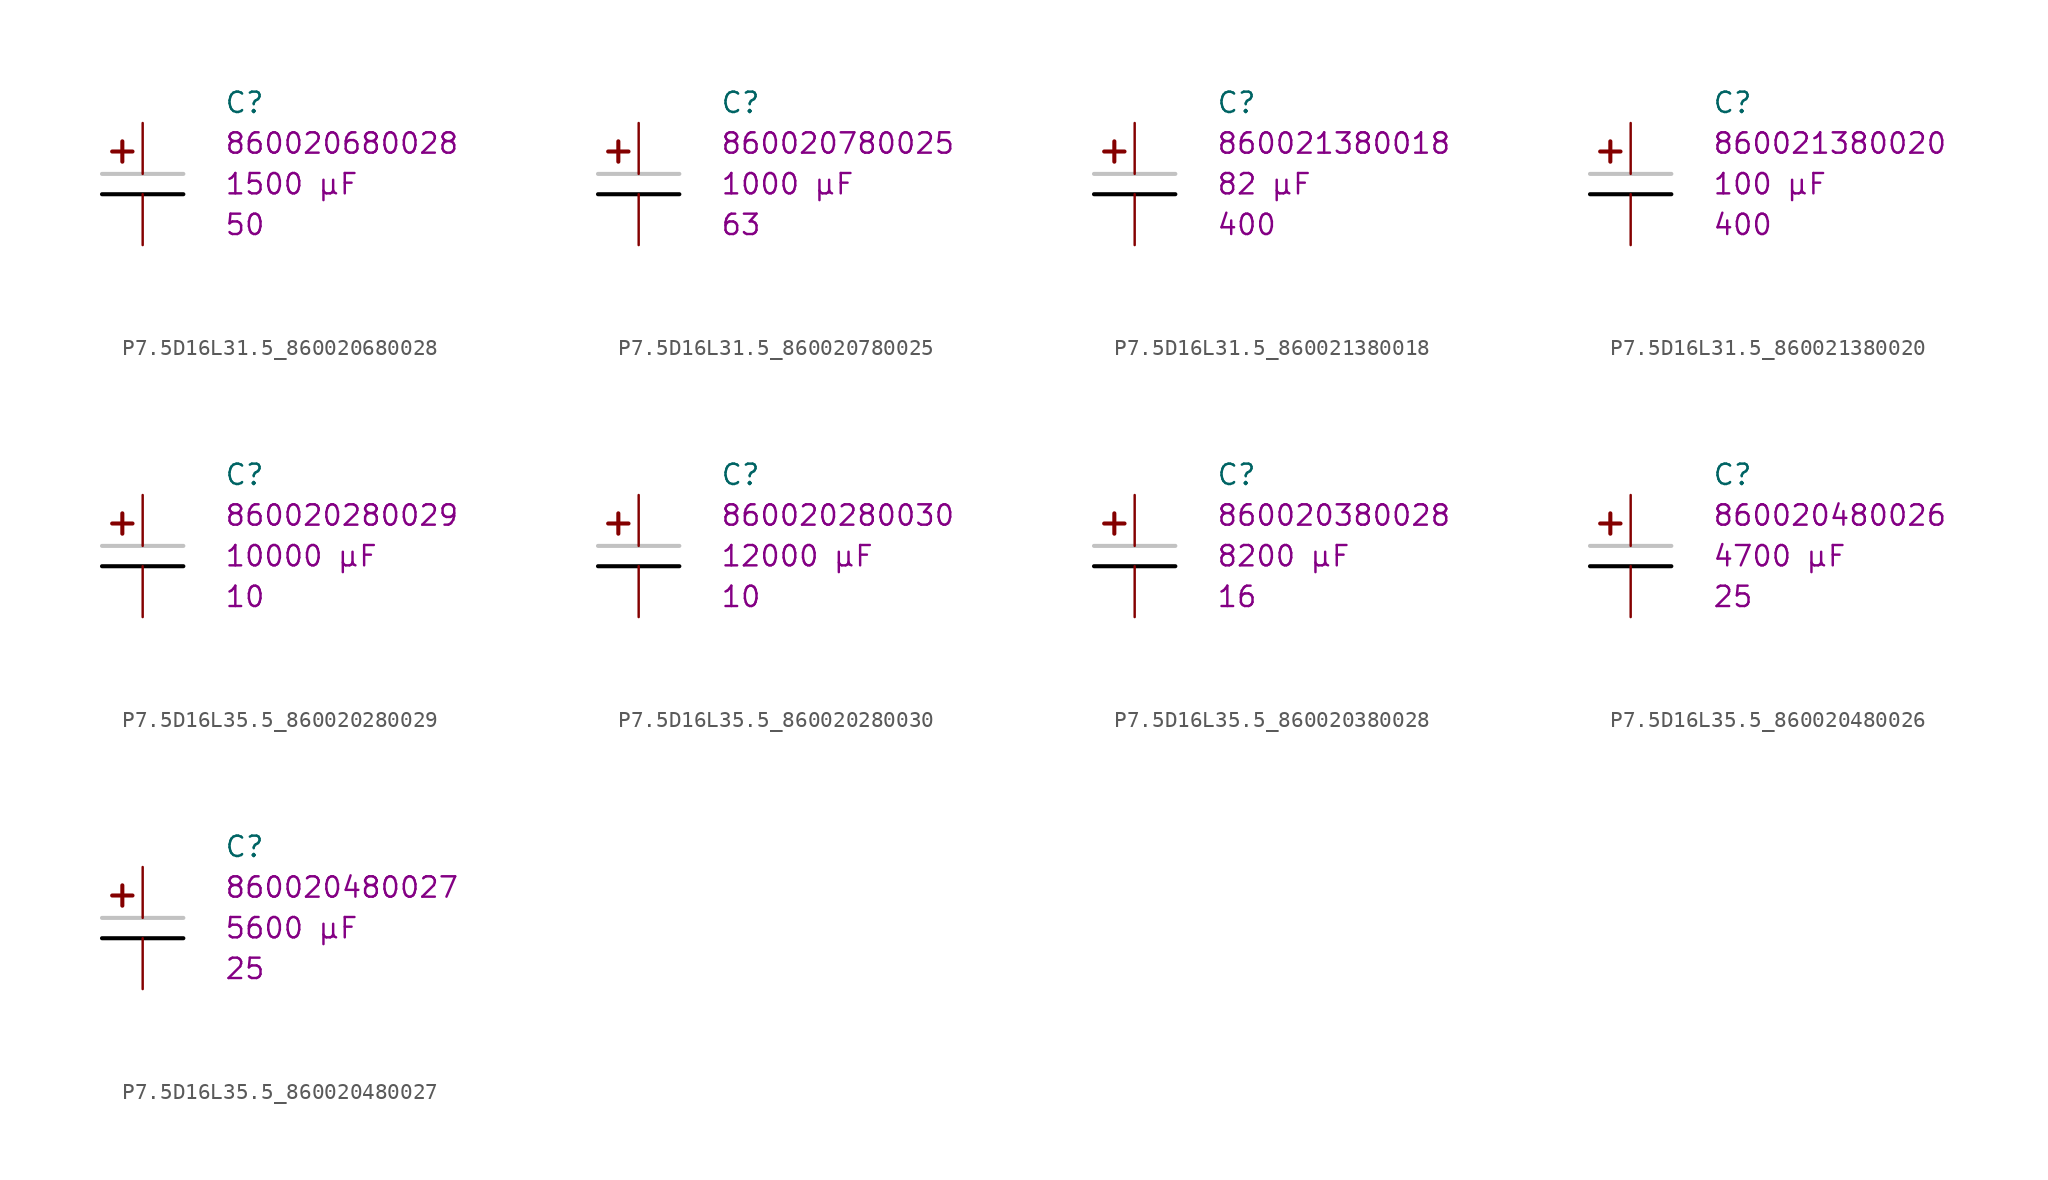
<source format=kicad_sym>
(kicad_symbol_lib
  (version 20220914)
  (generator kicad_symbol_editor)
  (symbol "P7.5D16L31.5_860020680028"
    (pin_numbers hide)
    (pin_names hide)
    (property "Reference" "C"
      (at 5.08 5.08 0)
      (effects (font (size 1.27 1.27)) (justify left)))
    (property "Part Number" "860020680028"
      (at 5.08 2.54 0)
      (effects (font (size 1.27 1.27)) (justify left)))
    (property "Capacitance" "1500 µF"
      (at 5.08 0 0)
      (effects (font (size 1.27 1.27)) (justify left)))
    (property "Voltage" "50"
      (at 5.08 -2.54 0)
      (effects (font (size 1.27 1.27)) (justify left)))
    (property "Critical Parameter" ""
      (at 0 -7.62 0)
      (effects (font (size 1.27 1.27))))
    (symbol "P7.5D16L31.5_860020680028_1_1"
      (polyline (pts (xy -1.27 2.667) (xy -1.27 1.397)) (stroke (width 0.254) (type default)) (fill (type none)))
      (polyline (pts (xy -0.635 2.032) (xy -1.905 2.032)) (stroke (width 0.254) (type default)) (fill (type none)))
      (polyline (pts (xy 2.54 -0.635) (xy -2.54 -0.635)) (stroke (width 0.254) (type default) (color 0 0 0 1)) (fill (type none)))
      (polyline (pts (xy 2.54 0.635) (xy -2.54 0.635)) (stroke (width 0.254) (type default) (color 194 194 194 1)) (fill (type none)))
      (pin passive line (at 0 3.81 270) (length 3.175) (name "1" (effects (font (size 1.27 1.27)))) (number "1" (effects (font (size 1.27 1.27)))))
      (pin passive line (at 0 -3.81 90) (length 3.175) (name "2" (effects (font (size 1.27 1.27)))) (number "2" (effects (font (size 1.27 1.27)))))))
  (symbol "P7.5D16L31.5_860020780025"
    (pin_numbers hide)
    (pin_names hide)
    (property "Reference" "C"
      (at 5.08 5.08 0)
      (effects (font (size 1.27 1.27)) (justify left)))
    (property "Part Number" "860020780025"
      (at 5.08 2.54 0)
      (effects (font (size 1.27 1.27)) (justify left)))
    (property "Capacitance" "1000 µF"
      (at 5.08 0 0)
      (effects (font (size 1.27 1.27)) (justify left)))
    (property "Voltage" "63"
      (at 5.08 -2.54 0)
      (effects (font (size 1.27 1.27)) (justify left)))
    (property "Critical Parameter" ""
      (at 0 -7.62 0)
      (effects (font (size 1.27 1.27))))
    (symbol "P7.5D16L31.5_860020780025_1_1"
      (polyline (pts (xy -1.27 2.667) (xy -1.27 1.397)) (stroke (width 0.254) (type default)) (fill (type none)))
      (polyline (pts (xy -0.635 2.032) (xy -1.905 2.032)) (stroke (width 0.254) (type default)) (fill (type none)))
      (polyline (pts (xy 2.54 -0.635) (xy -2.54 -0.635)) (stroke (width 0.254) (type default) (color 0 0 0 1)) (fill (type none)))
      (polyline (pts (xy 2.54 0.635) (xy -2.54 0.635)) (stroke (width 0.254) (type default) (color 194 194 194 1)) (fill (type none)))
      (pin passive line (at 0 3.81 270) (length 3.175) (name "1" (effects (font (size 1.27 1.27)))) (number "1" (effects (font (size 1.27 1.27)))))
      (pin passive line (at 0 -3.81 90) (length 3.175) (name "2" (effects (font (size 1.27 1.27)))) (number "2" (effects (font (size 1.27 1.27)))))))
  (symbol "P7.5D16L31.5_860021380018"
    (pin_numbers hide)
    (pin_names hide)
    (property "Reference" "C"
      (at 5.08 5.08 0)
      (effects (font (size 1.27 1.27)) (justify left)))
    (property "Part Number" "860021380018"
      (at 5.08 2.54 0)
      (effects (font (size 1.27 1.27)) (justify left)))
    (property "Capacitance" "82 µF"
      (at 5.08 0 0)
      (effects (font (size 1.27 1.27)) (justify left)))
    (property "Voltage" "400"
      (at 5.08 -2.54 0)
      (effects (font (size 1.27 1.27)) (justify left)))
    (property "Critical Parameter" ""
      (at 0 -7.62 0)
      (effects (font (size 1.27 1.27))))
    (symbol "P7.5D16L31.5_860021380018_1_1"
      (polyline (pts (xy -1.27 2.667) (xy -1.27 1.397)) (stroke (width 0.254) (type default)) (fill (type none)))
      (polyline (pts (xy -0.635 2.032) (xy -1.905 2.032)) (stroke (width 0.254) (type default)) (fill (type none)))
      (polyline (pts (xy 2.54 -0.635) (xy -2.54 -0.635)) (stroke (width 0.254) (type default) (color 0 0 0 1)) (fill (type none)))
      (polyline (pts (xy 2.54 0.635) (xy -2.54 0.635)) (stroke (width 0.254) (type default) (color 194 194 194 1)) (fill (type none)))
      (pin passive line (at 0 3.81 270) (length 3.175) (name "1" (effects (font (size 1.27 1.27)))) (number "1" (effects (font (size 1.27 1.27)))))
      (pin passive line (at 0 -3.81 90) (length 3.175) (name "2" (effects (font (size 1.27 1.27)))) (number "2" (effects (font (size 1.27 1.27)))))))
  (symbol "P7.5D16L31.5_860021380020"
    (pin_numbers hide)
    (pin_names hide)
    (property "Reference" "C"
      (at 5.08 5.08 0)
      (effects (font (size 1.27 1.27)) (justify left)))
    (property "Part Number" "860021380020"
      (at 5.08 2.54 0)
      (effects (font (size 1.27 1.27)) (justify left)))
    (property "Capacitance" "100 µF"
      (at 5.08 0 0)
      (effects (font (size 1.27 1.27)) (justify left)))
    (property "Voltage" "400"
      (at 5.08 -2.54 0)
      (effects (font (size 1.27 1.27)) (justify left)))
    (property "Critical Parameter" ""
      (at 0 -7.62 0)
      (effects (font (size 1.27 1.27))))
    (symbol "P7.5D16L31.5_860021380020_1_1"
      (polyline (pts (xy -1.27 2.667) (xy -1.27 1.397)) (stroke (width 0.254) (type default)) (fill (type none)))
      (polyline (pts (xy -0.635 2.032) (xy -1.905 2.032)) (stroke (width 0.254) (type default)) (fill (type none)))
      (polyline (pts (xy 2.54 -0.635) (xy -2.54 -0.635)) (stroke (width 0.254) (type default) (color 0 0 0 1)) (fill (type none)))
      (polyline (pts (xy 2.54 0.635) (xy -2.54 0.635)) (stroke (width 0.254) (type default) (color 194 194 194 1)) (fill (type none)))
      (pin passive line (at 0 3.81 270) (length 3.175) (name "1" (effects (font (size 1.27 1.27)))) (number "1" (effects (font (size 1.27 1.27)))))
      (pin passive line (at 0 -3.81 90) (length 3.175) (name "2" (effects (font (size 1.27 1.27)))) (number "2" (effects (font (size 1.27 1.27)))))))
  (symbol "P7.5D16L35.5_860020280029"
    (pin_numbers hide)
    (pin_names hide)
    (property "Reference" "C"
      (at 5.08 5.08 0)
      (effects (font (size 1.27 1.27)) (justify left)))
    (property "Part Number" "860020280029"
      (at 5.08 2.54 0)
      (effects (font (size 1.27 1.27)) (justify left)))
    (property "Capacitance" "10000 µF"
      (at 5.08 0 0)
      (effects (font (size 1.27 1.27)) (justify left)))
    (property "Voltage" "10"
      (at 5.08 -2.54 0)
      (effects (font (size 1.27 1.27)) (justify left)))
    (property "Critical Parameter" ""
      (at 0 -7.62 0)
      (effects (font (size 1.27 1.27))))
    (symbol "P7.5D16L35.5_860020280029_1_1"
      (polyline (pts (xy -1.27 2.667) (xy -1.27 1.397)) (stroke (width 0.254) (type default)) (fill (type none)))
      (polyline (pts (xy -0.635 2.032) (xy -1.905 2.032)) (stroke (width 0.254) (type default)) (fill (type none)))
      (polyline (pts (xy 2.54 -0.635) (xy -2.54 -0.635)) (stroke (width 0.254) (type default) (color 0 0 0 1)) (fill (type none)))
      (polyline (pts (xy 2.54 0.635) (xy -2.54 0.635)) (stroke (width 0.254) (type default) (color 194 194 194 1)) (fill (type none)))
      (pin passive line (at 0 3.81 270) (length 3.175) (name "1" (effects (font (size 1.27 1.27)))) (number "1" (effects (font (size 1.27 1.27)))))
      (pin passive line (at 0 -3.81 90) (length 3.175) (name "2" (effects (font (size 1.27 1.27)))) (number "2" (effects (font (size 1.27 1.27)))))))
  (symbol "P7.5D16L35.5_860020280030"
    (pin_numbers hide)
    (pin_names hide)
    (property "Reference" "C"
      (at 5.08 5.08 0)
      (effects (font (size 1.27 1.27)) (justify left)))
    (property "Part Number" "860020280030"
      (at 5.08 2.54 0)
      (effects (font (size 1.27 1.27)) (justify left)))
    (property "Capacitance" "12000 µF"
      (at 5.08 0 0)
      (effects (font (size 1.27 1.27)) (justify left)))
    (property "Voltage" "10"
      (at 5.08 -2.54 0)
      (effects (font (size 1.27 1.27)) (justify left)))
    (property "Critical Parameter" ""
      (at 0 -7.62 0)
      (effects (font (size 1.27 1.27))))
    (symbol "P7.5D16L35.5_860020280030_1_1"
      (polyline (pts (xy -1.27 2.667) (xy -1.27 1.397)) (stroke (width 0.254) (type default)) (fill (type none)))
      (polyline (pts (xy -0.635 2.032) (xy -1.905 2.032)) (stroke (width 0.254) (type default)) (fill (type none)))
      (polyline (pts (xy 2.54 -0.635) (xy -2.54 -0.635)) (stroke (width 0.254) (type default) (color 0 0 0 1)) (fill (type none)))
      (polyline (pts (xy 2.54 0.635) (xy -2.54 0.635)) (stroke (width 0.254) (type default) (color 194 194 194 1)) (fill (type none)))
      (pin passive line (at 0 3.81 270) (length 3.175) (name "1" (effects (font (size 1.27 1.27)))) (number "1" (effects (font (size 1.27 1.27)))))
      (pin passive line (at 0 -3.81 90) (length 3.175) (name "2" (effects (font (size 1.27 1.27)))) (number "2" (effects (font (size 1.27 1.27)))))))
  (symbol "P7.5D16L35.5_860020380028"
    (pin_numbers hide)
    (pin_names hide)
    (property "Reference" "C"
      (at 5.08 5.08 0)
      (effects (font (size 1.27 1.27)) (justify left)))
    (property "Part Number" "860020380028"
      (at 5.08 2.54 0)
      (effects (font (size 1.27 1.27)) (justify left)))
    (property "Capacitance" "8200 µF"
      (at 5.08 0 0)
      (effects (font (size 1.27 1.27)) (justify left)))
    (property "Voltage" "16"
      (at 5.08 -2.54 0)
      (effects (font (size 1.27 1.27)) (justify left)))
    (property "Critical Parameter" ""
      (at 0 -7.62 0)
      (effects (font (size 1.27 1.27))))
    (symbol "P7.5D16L35.5_860020380028_1_1"
      (polyline (pts (xy -1.27 2.667) (xy -1.27 1.397)) (stroke (width 0.254) (type default)) (fill (type none)))
      (polyline (pts (xy -0.635 2.032) (xy -1.905 2.032)) (stroke (width 0.254) (type default)) (fill (type none)))
      (polyline (pts (xy 2.54 -0.635) (xy -2.54 -0.635)) (stroke (width 0.254) (type default) (color 0 0 0 1)) (fill (type none)))
      (polyline (pts (xy 2.54 0.635) (xy -2.54 0.635)) (stroke (width 0.254) (type default) (color 194 194 194 1)) (fill (type none)))
      (pin passive line (at 0 3.81 270) (length 3.175) (name "1" (effects (font (size 1.27 1.27)))) (number "1" (effects (font (size 1.27 1.27)))))
      (pin passive line (at 0 -3.81 90) (length 3.175) (name "2" (effects (font (size 1.27 1.27)))) (number "2" (effects (font (size 1.27 1.27)))))))
  (symbol "P7.5D16L35.5_860020480026"
    (pin_numbers hide)
    (pin_names hide)
    (property "Reference" "C"
      (at 5.08 5.08 0)
      (effects (font (size 1.27 1.27)) (justify left)))
    (property "Part Number" "860020480026"
      (at 5.08 2.54 0)
      (effects (font (size 1.27 1.27)) (justify left)))
    (property "Capacitance" "4700 µF"
      (at 5.08 0 0)
      (effects (font (size 1.27 1.27)) (justify left)))
    (property "Voltage" "25"
      (at 5.08 -2.54 0)
      (effects (font (size 1.27 1.27)) (justify left)))
    (property "Critical Parameter" ""
      (at 0 -7.62 0)
      (effects (font (size 1.27 1.27))))
    (symbol "P7.5D16L35.5_860020480026_1_1"
      (polyline (pts (xy -1.27 2.667) (xy -1.27 1.397)) (stroke (width 0.254) (type default)) (fill (type none)))
      (polyline (pts (xy -0.635 2.032) (xy -1.905 2.032)) (stroke (width 0.254) (type default)) (fill (type none)))
      (polyline (pts (xy 2.54 -0.635) (xy -2.54 -0.635)) (stroke (width 0.254) (type default) (color 0 0 0 1)) (fill (type none)))
      (polyline (pts (xy 2.54 0.635) (xy -2.54 0.635)) (stroke (width 0.254) (type default) (color 194 194 194 1)) (fill (type none)))
      (pin passive line (at 0 3.81 270) (length 3.175) (name "1" (effects (font (size 1.27 1.27)))) (number "1" (effects (font (size 1.27 1.27)))))
      (pin passive line (at 0 -3.81 90) (length 3.175) (name "2" (effects (font (size 1.27 1.27)))) (number "2" (effects (font (size 1.27 1.27)))))))
  (symbol "P7.5D16L35.5_860020480027"
    (pin_numbers hide)
    (pin_names hide)
    (property "Reference" "C"
      (at 5.08 5.08 0)
      (effects (font (size 1.27 1.27)) (justify left)))
    (property "Part Number" "860020480027"
      (at 5.08 2.54 0)
      (effects (font (size 1.27 1.27)) (justify left)))
    (property "Capacitance" "5600 µF"
      (at 5.08 0 0)
      (effects (font (size 1.27 1.27)) (justify left)))
    (property "Voltage" "25"
      (at 5.08 -2.54 0)
      (effects (font (size 1.27 1.27)) (justify left)))
    (property "Critical Parameter" ""
      (at 0 -7.62 0)
      (effects (font (size 1.27 1.27))))
    (symbol "P7.5D16L35.5_860020480027_1_1"
      (polyline (pts (xy -1.27 2.667) (xy -1.27 1.397)) (stroke (width 0.254) (type default)) (fill (type none)))
      (polyline (pts (xy -0.635 2.032) (xy -1.905 2.032)) (stroke (width 0.254) (type default)) (fill (type none)))
      (polyline (pts (xy 2.54 -0.635) (xy -2.54 -0.635)) (stroke (width 0.254) (type default) (color 0 0 0 1)) (fill (type none)))
      (polyline (pts (xy 2.54 0.635) (xy -2.54 0.635)) (stroke (width 0.254) (type default) (color 194 194 194 1)) (fill (type none)))
      (pin passive line (at 0 3.81 270) (length 3.175) (name "1" (effects (font (size 1.27 1.27)))) (number "1" (effects (font (size 1.27 1.27)))))
      (pin passive line (at 0 -3.81 90) (length 3.175) (name "2" (effects (font (size 1.27 1.27)))) (number "2" (effects (font (size 1.27 1.27))))))))
</source>
